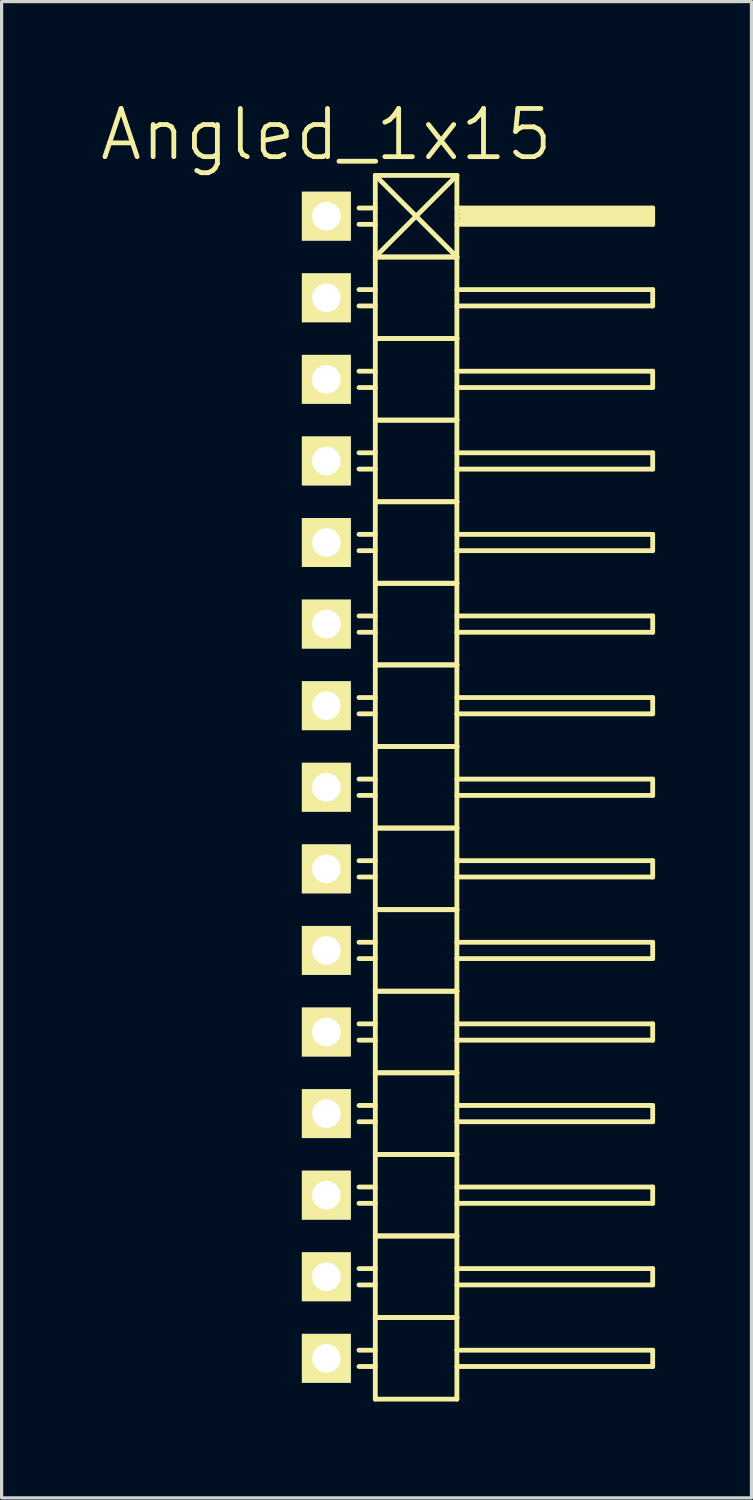
<source format=kicad_pcb>
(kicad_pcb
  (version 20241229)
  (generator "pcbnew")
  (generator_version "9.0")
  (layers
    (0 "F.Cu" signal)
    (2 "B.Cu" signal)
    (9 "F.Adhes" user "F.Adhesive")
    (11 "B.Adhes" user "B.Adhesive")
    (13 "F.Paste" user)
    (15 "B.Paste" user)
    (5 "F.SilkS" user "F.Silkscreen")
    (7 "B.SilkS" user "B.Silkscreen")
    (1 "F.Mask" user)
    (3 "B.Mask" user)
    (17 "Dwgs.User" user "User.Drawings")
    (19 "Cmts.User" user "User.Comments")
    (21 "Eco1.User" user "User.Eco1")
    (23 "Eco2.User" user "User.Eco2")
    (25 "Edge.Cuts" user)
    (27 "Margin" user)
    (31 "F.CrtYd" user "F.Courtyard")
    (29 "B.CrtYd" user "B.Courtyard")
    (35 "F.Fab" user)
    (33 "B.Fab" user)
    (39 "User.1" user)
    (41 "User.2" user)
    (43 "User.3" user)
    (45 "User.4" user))
  (footprint "Angled_1x15"
    (layer "F.Cu")
    (at 7.111 21.461)
    (property "Reference" "Angled_1x15" (at 0 -20.32 0) (layer "F.SilkS") (effects (font (size 1.5 1.5) (thickness 0.15))))
    (attr through_hole)
    (fp_line (start 1.524 -19.05) (end 1.524 -16.51) (stroke (width 0.15) (type solid)) (layer "F.SilkS"))
    (fp_line (start 1.524 -19.05) (end 4.064 -19.05) (stroke (width 0.15) (type solid)) (layer "F.SilkS"))
    (fp_line (start 1.524 -18.034) (end 1.016 -18.034) (stroke (width 0.15) (type solid)) (layer "F.SilkS"))
    (fp_line (start 1.524 -17.526) (end 1.016 -17.526) (stroke (width 0.15) (type solid)) (layer "F.SilkS"))
    (fp_line (start 1.524 -16.51) (end 1.524 -13.97) (stroke (width 0.15) (type solid)) (layer "F.SilkS"))
    (fp_line (start 1.524 -16.51) (end 4.064 -16.51) (stroke (width 0.15) (type solid)) (layer "F.SilkS"))
    (fp_line (start 1.524 -16.51) (end 4.064 -16.51) (stroke (width 0.15) (type solid)) (layer "F.SilkS"))
    (fp_line (start 1.524 -15.494) (end 1.016 -15.494) (stroke (width 0.15) (type solid)) (layer "F.SilkS"))
    (fp_line (start 1.524 -14.986) (end 1.016 -14.986) (stroke (width 0.15) (type solid)) (layer "F.SilkS"))
    (fp_line (start 1.524 -13.97) (end 1.524 -11.43) (stroke (width 0.15) (type solid)) (layer "F.SilkS"))
    (fp_line (start 1.524 -13.97) (end 4.064 -13.97) (stroke (width 0.15) (type solid)) (layer "F.SilkS"))
    (fp_line (start 1.524 -13.97) (end 4.064 -13.97) (stroke (width 0.15) (type solid)) (layer "F.SilkS"))
    (fp_line (start 1.524 -12.954) (end 1.016 -12.954) (stroke (width 0.15) (type solid)) (layer "F.SilkS"))
    (fp_line (start 1.524 -12.446) (end 1.016 -12.446) (stroke (width 0.15) (type solid)) (layer "F.SilkS"))
    (fp_line (start 1.524 -11.43) (end 1.524 -8.89) (stroke (width 0.15) (type solid)) (layer "F.SilkS"))
    (fp_line (start 1.524 -11.43) (end 4.064 -11.43) (stroke (width 0.15) (type solid)) (layer "F.SilkS"))
    (fp_line (start 1.524 -11.43) (end 4.064 -11.43) (stroke (width 0.15) (type solid)) (layer "F.SilkS"))
    (fp_line (start 1.524 -10.414) (end 1.016 -10.414) (stroke (width 0.15) (type solid)) (layer "F.SilkS"))
    (fp_line (start 1.524 -9.906) (end 1.016 -9.906) (stroke (width 0.15) (type solid)) (layer "F.SilkS"))
    (fp_line (start 1.524 -8.89) (end 1.524 -6.35) (stroke (width 0.15) (type solid)) (layer "F.SilkS"))
    (fp_line (start 1.524 -8.89) (end 4.064 -8.89) (stroke (width 0.15) (type solid)) (layer "F.SilkS"))
    (fp_line (start 1.524 -8.89) (end 4.064 -8.89) (stroke (width 0.15) (type solid)) (layer "F.SilkS"))
    (fp_line (start 1.524 -7.874) (end 1.016 -7.874) (stroke (width 0.15) (type solid)) (layer "F.SilkS"))
    (fp_line (start 1.524 -7.366) (end 1.016 -7.366) (stroke (width 0.15) (type solid)) (layer "F.SilkS"))
    (fp_line (start 1.524 -6.35) (end 1.524 -3.81) (stroke (width 0.15) (type solid)) (layer "F.SilkS"))
    (fp_line (start 1.524 -6.35) (end 4.064 -6.35) (stroke (width 0.15) (type solid)) (layer "F.SilkS"))
    (fp_line (start 1.524 -6.35) (end 4.064 -6.35) (stroke (width 0.15) (type solid)) (layer "F.SilkS"))
    (fp_line (start 1.524 -5.334) (end 1.016 -5.334) (stroke (width 0.15) (type solid)) (layer "F.SilkS"))
    (fp_line (start 1.524 -4.826) (end 1.016 -4.826) (stroke (width 0.15) (type solid)) (layer "F.SilkS"))
    (fp_line (start 1.524 -3.81) (end 1.524 -1.27) (stroke (width 0.15) (type solid)) (layer "F.SilkS"))
    (fp_line (start 1.524 -3.81) (end 4.064 -3.81) (stroke (width 0.15) (type solid)) (layer "F.SilkS"))
    (fp_line (start 1.524 -3.81) (end 4.064 -3.81) (stroke (width 0.15) (type solid)) (layer "F.SilkS"))
    (fp_line (start 1.524 -2.794) (end 1.016 -2.794) (stroke (width 0.15) (type solid)) (layer "F.SilkS"))
    (fp_line (start 1.524 -2.286) (end 1.016 -2.286) (stroke (width 0.15) (type solid)) (layer "F.SilkS"))
    (fp_line (start 1.524 -1.27) (end 1.524 1.27) (stroke (width 0.15) (type solid)) (layer "F.SilkS"))
    (fp_line (start 1.524 -1.27) (end 4.064 -1.27) (stroke (width 0.15) (type solid)) (layer "F.SilkS"))
    (fp_line (start 1.524 -1.27) (end 4.064 -1.27) (stroke (width 0.15) (type solid)) (layer "F.SilkS"))
    (fp_line (start 1.524 -0.254) (end 1.016 -0.254) (stroke (width 0.15) (type solid)) (layer "F.SilkS"))
    (fp_line (start 1.524 0.254) (end 1.016 0.254) (stroke (width 0.15) (type solid)) (layer "F.SilkS"))
    (fp_line (start 1.524 1.27) (end 1.524 3.81) (stroke (width 0.15) (type solid)) (layer "F.SilkS"))
    (fp_line (start 1.524 1.27) (end 4.064 1.27) (stroke (width 0.15) (type solid)) (layer "F.SilkS"))
    (fp_line (start 1.524 1.27) (end 4.064 1.27) (stroke (width 0.15) (type solid)) (layer "F.SilkS"))
    (fp_line (start 1.524 2.286) (end 1.016 2.286) (stroke (width 0.15) (type solid)) (layer "F.SilkS"))
    (fp_line (start 1.524 2.794) (end 1.016 2.794) (stroke (width 0.15) (type solid)) (layer "F.SilkS"))
    (fp_line (start 1.524 3.81) (end 1.524 6.35) (stroke (width 0.15) (type solid)) (layer "F.SilkS"))
    (fp_line (start 1.524 3.81) (end 4.064 3.81) (stroke (width 0.15) (type solid)) (layer "F.SilkS"))
    (fp_line (start 1.524 3.81) (end 4.064 3.81) (stroke (width 0.15) (type solid)) (layer "F.SilkS"))
    (fp_line (start 1.524 4.826) (end 1.016 4.826) (stroke (width 0.15) (type solid)) (layer "F.SilkS"))
    (fp_line (start 1.524 5.334) (end 1.016 5.334) (stroke (width 0.15) (type solid)) (layer "F.SilkS"))
    (fp_line (start 1.524 6.35) (end 1.524 8.89) (stroke (width 0.15) (type solid)) (layer "F.SilkS"))
    (fp_line (start 1.524 6.35) (end 4.064 6.35) (stroke (width 0.15) (type solid)) (layer "F.SilkS"))
    (fp_line (start 1.524 6.35) (end 4.064 6.35) (stroke (width 0.15) (type solid)) (layer "F.SilkS"))
    (fp_line (start 1.524 7.366) (end 1.016 7.366) (stroke (width 0.15) (type solid)) (layer "F.SilkS"))
    (fp_line (start 1.524 7.874) (end 1.016 7.874) (stroke (width 0.15) (type solid)) (layer "F.SilkS"))
    (fp_line (start 1.524 8.89) (end 1.524 11.43) (stroke (width 0.15) (type solid)) (layer "F.SilkS"))
    (fp_line (start 1.524 8.89) (end 4.064 8.89) (stroke (width 0.15) (type solid)) (layer "F.SilkS"))
    (fp_line (start 1.524 8.89) (end 4.064 8.89) (stroke (width 0.15) (type solid)) (layer "F.SilkS"))
    (fp_line (start 1.524 9.906) (end 1.016 9.906) (stroke (width 0.15) (type solid)) (layer "F.SilkS"))
    (fp_line (start 1.524 10.414) (end 1.016 10.414) (stroke (width 0.15) (type solid)) (layer "F.SilkS"))
    (fp_line (start 1.524 11.43) (end 1.524 13.97) (stroke (width 0.15) (type solid)) (layer "F.SilkS"))
    (fp_line (start 1.524 11.43) (end 4.064 11.43) (stroke (width 0.15) (type solid)) (layer "F.SilkS"))
    (fp_line (start 1.524 11.43) (end 4.064 11.43) (stroke (width 0.15) (type solid)) (layer "F.SilkS"))
    (fp_line (start 1.524 12.446) (end 1.016 12.446) (stroke (width 0.15) (type solid)) (layer "F.SilkS"))
    (fp_line (start 1.524 12.954) (end 1.016 12.954) (stroke (width 0.15) (type solid)) (layer "F.SilkS"))
    (fp_line (start 1.524 13.97) (end 1.524 16.51) (stroke (width 0.15) (type solid)) (layer "F.SilkS"))
    (fp_line (start 1.524 13.97) (end 4.064 13.97) (stroke (width 0.15) (type solid)) (layer "F.SilkS"))
    (fp_line (start 1.524 13.97) (end 4.064 13.97) (stroke (width 0.15) (type solid)) (layer "F.SilkS"))
    (fp_line (start 1.524 14.986) (end 1.016 14.986) (stroke (width 0.15) (type solid)) (layer "F.SilkS"))
    (fp_line (start 1.524 15.494) (end 1.016 15.494) (stroke (width 0.15) (type solid)) (layer "F.SilkS"))
    (fp_line (start 1.524 16.51) (end 1.524 19.05) (stroke (width 0.15) (type solid)) (layer "F.SilkS"))
    (fp_line (start 1.524 16.51) (end 4.064 16.51) (stroke (width 0.15) (type solid)) (layer "F.SilkS"))
    (fp_line (start 1.524 16.51) (end 4.064 16.51) (stroke (width 0.15) (type solid)) (layer "F.SilkS"))
    (fp_line (start 1.524 17.526) (end 1.016 17.526) (stroke (width 0.15) (type solid)) (layer "F.SilkS"))
    (fp_line (start 1.524 18.034) (end 1.016 18.034) (stroke (width 0.15) (type solid)) (layer "F.SilkS"))
    (fp_line (start 1.524 19.05) (end 4.064 19.05) (stroke (width 0.15) (type solid)) (layer "F.SilkS"))
    (fp_line (start 4.064 -19.05) (end 1.524 -16.51) (stroke (width 0.15) (type solid)) (layer "F.SilkS"))
    (fp_line (start 4.064 -18.034) (end 10.16 -18.034) (stroke (width 0.15) (type solid)) (layer "F.SilkS"))
    (fp_line (start 4.064 -16.51) (end 1.524 -19.05) (stroke (width 0.15) (type solid)) (layer "F.SilkS"))
    (fp_line (start 4.064 -16.51) (end 4.064 -19.05) (stroke (width 0.15) (type solid)) (layer "F.SilkS"))
    (fp_line (start 4.064 -15.494) (end 10.16 -15.494) (stroke (width 0.15) (type solid)) (layer "F.SilkS"))
    (fp_line (start 4.064 -13.97) (end 4.064 -16.51) (stroke (width 0.15) (type solid)) (layer "F.SilkS"))
    (fp_line (start 4.064 -12.954) (end 10.16 -12.954) (stroke (width 0.15) (type solid)) (layer "F.SilkS"))
    (fp_line (start 4.064 -11.43) (end 4.064 -13.97) (stroke (width 0.15) (type solid)) (layer "F.SilkS"))
    (fp_line (start 4.064 -10.414) (end 10.16 -10.414) (stroke (width 0.15) (type solid)) (layer "F.SilkS"))
    (fp_line (start 4.064 -8.89) (end 4.064 -11.43) (stroke (width 0.15) (type solid)) (layer "F.SilkS"))
    (fp_line (start 4.064 -7.874) (end 10.16 -7.874) (stroke (width 0.15) (type solid)) (layer "F.SilkS"))
    (fp_line (start 4.064 -6.35) (end 4.064 -8.89) (stroke (width 0.15) (type solid)) (layer "F.SilkS"))
    (fp_line (start 4.064 -5.334) (end 10.16 -5.334) (stroke (width 0.15) (type solid)) (layer "F.SilkS"))
    (fp_line (start 4.064 -3.81) (end 4.064 -6.35) (stroke (width 0.15) (type solid)) (layer "F.SilkS"))
    (fp_line (start 4.064 -2.794) (end 10.16 -2.794) (stroke (width 0.15) (type solid)) (layer "F.SilkS"))
    (fp_line (start 4.064 -1.27) (end 4.064 -3.81) (stroke (width 0.15) (type solid)) (layer "F.SilkS"))
    (fp_line (start 4.064 -0.254) (end 10.16 -0.254) (stroke (width 0.15) (type solid)) (layer "F.SilkS"))
    (fp_line (start 4.064 1.27) (end 4.064 -1.27) (stroke (width 0.15) (type solid)) (layer "F.SilkS"))
    (fp_line (start 4.064 2.286) (end 10.16 2.286) (stroke (width 0.15) (type solid)) (layer "F.SilkS"))
    (fp_line (start 4.064 3.81) (end 4.064 1.27) (stroke (width 0.15) (type solid)) (layer "F.SilkS"))
    (fp_line (start 4.064 4.826) (end 10.16 4.826) (stroke (width 0.15) (type solid)) (layer "F.SilkS"))
    (fp_line (start 4.064 6.35) (end 4.064 3.81) (stroke (width 0.15) (type solid)) (layer "F.SilkS"))
    (fp_line (start 4.064 7.366) (end 10.16 7.366) (stroke (width 0.15) (type solid)) (layer "F.SilkS"))
    (fp_line (start 4.064 8.89) (end 4.064 6.35) (stroke (width 0.15) (type solid)) (layer "F.SilkS"))
    (fp_line (start 4.064 9.906) (end 10.16 9.906) (stroke (width 0.15) (type solid)) (layer "F.SilkS"))
    (fp_line (start 4.064 11.43) (end 4.064 8.89) (stroke (width 0.15) (type solid)) (layer "F.SilkS"))
    (fp_line (start 4.064 12.446) (end 10.16 12.446) (stroke (width 0.15) (type solid)) (layer "F.SilkS"))
    (fp_line (start 4.064 13.97) (end 4.064 11.43) (stroke (width 0.15) (type solid)) (layer "F.SilkS"))
    (fp_line (start 4.064 14.986) (end 10.16 14.986) (stroke (width 0.15) (type solid)) (layer "F.SilkS"))
    (fp_line (start 4.064 16.51) (end 4.064 13.97) (stroke (width 0.15) (type solid)) (layer "F.SilkS"))
    (fp_line (start 4.064 17.526) (end 10.16 17.526) (stroke (width 0.15) (type solid)) (layer "F.SilkS"))
    (fp_line (start 4.064 19.05) (end 4.064 16.51) (stroke (width 0.15) (type solid)) (layer "F.SilkS"))
    (fp_line (start 4.191 -17.907) (end 10.033 -17.907) (stroke (width 0.15) (type solid)) (layer "F.SilkS"))
    (fp_line (start 4.191 -17.78) (end 10.033 -17.78) (stroke (width 0.15) (type solid)) (layer "F.SilkS"))
    (fp_line (start 10.033 -17.907) (end 10.033 -17.653) (stroke (width 0.15) (type solid)) (layer "F.SilkS"))
    (fp_line (start 10.033 -17.653) (end 4.191 -17.653) (stroke (width 0.15) (type solid)) (layer "F.SilkS"))
    (fp_line (start 10.16 -18.034) (end 10.16 -17.526) (stroke (width 0.15) (type solid)) (layer "F.SilkS"))
    (fp_line (start 10.16 -17.526) (end 4.064 -17.526) (stroke (width 0.15) (type solid)) (layer "F.SilkS"))
    (fp_line (start 10.16 -15.494) (end 10.16 -14.986) (stroke (width 0.15) (type solid)) (layer "F.SilkS"))
    (fp_line (start 10.16 -14.986) (end 4.064 -14.986) (stroke (width 0.15) (type solid)) (layer "F.SilkS"))
    (fp_line (start 10.16 -12.954) (end 10.16 -12.446) (stroke (width 0.15) (type solid)) (layer "F.SilkS"))
    (fp_line (start 10.16 -12.446) (end 4.064 -12.446) (stroke (width 0.15) (type solid)) (layer "F.SilkS"))
    (fp_line (start 10.16 -10.414) (end 10.16 -9.906) (stroke (width 0.15) (type solid)) (layer "F.SilkS"))
    (fp_line (start 10.16 -9.906) (end 4.064 -9.906) (stroke (width 0.15) (type solid)) (layer "F.SilkS"))
    (fp_line (start 10.16 -7.874) (end 10.16 -7.366) (stroke (width 0.15) (type solid)) (layer "F.SilkS"))
    (fp_line (start 10.16 -7.366) (end 4.064 -7.366) (stroke (width 0.15) (type solid)) (layer "F.SilkS"))
    (fp_line (start 10.16 -5.334) (end 10.16 -4.826) (stroke (width 0.15) (type solid)) (layer "F.SilkS"))
    (fp_line (start 10.16 -4.826) (end 4.064 -4.826) (stroke (width 0.15) (type solid)) (layer "F.SilkS"))
    (fp_line (start 10.16 -2.794) (end 10.16 -2.286) (stroke (width 0.15) (type solid)) (layer "F.SilkS"))
    (fp_line (start 10.16 -2.286) (end 4.064 -2.286) (stroke (width 0.15) (type solid)) (layer "F.SilkS"))
    (fp_line (start 10.16 -0.254) (end 10.16 0.254) (stroke (width 0.15) (type solid)) (layer "F.SilkS"))
    (fp_line (start 10.16 0.254) (end 4.064 0.254) (stroke (width 0.15) (type solid)) (layer "F.SilkS"))
    (fp_line (start 10.16 2.286) (end 10.16 2.794) (stroke (width 0.15) (type solid)) (layer "F.SilkS"))
    (fp_line (start 10.16 2.794) (end 4.064 2.794) (stroke (width 0.15) (type solid)) (layer "F.SilkS"))
    (fp_line (start 10.16 4.826) (end 10.16 5.334) (stroke (width 0.15) (type solid)) (layer "F.SilkS"))
    (fp_line (start 10.16 5.334) (end 4.064 5.334) (stroke (width 0.15) (type solid)) (layer "F.SilkS"))
    (fp_line (start 10.16 7.366) (end 10.16 7.874) (stroke (width 0.15) (type solid)) (layer "F.SilkS"))
    (fp_line (start 10.16 7.874) (end 4.064 7.874) (stroke (width 0.15) (type solid)) (layer "F.SilkS"))
    (fp_line (start 10.16 9.906) (end 10.16 10.414) (stroke (width 0.15) (type solid)) (layer "F.SilkS"))
    (fp_line (start 10.16 10.414) (end 4.064 10.414) (stroke (width 0.15) (type solid)) (layer "F.SilkS"))
    (fp_line (start 10.16 12.446) (end 10.16 12.954) (stroke (width 0.15) (type solid)) (layer "F.SilkS"))
    (fp_line (start 10.16 12.954) (end 4.064 12.954) (stroke (width 0.15) (type solid)) (layer "F.SilkS"))
    (fp_line (start 10.16 14.986) (end 10.16 15.494) (stroke (width 0.15) (type solid)) (layer "F.SilkS"))
    (fp_line (start 10.16 15.494) (end 4.064 15.494) (stroke (width 0.15) (type solid)) (layer "F.SilkS"))
    (fp_line (start 10.16 17.526) (end 10.16 18.034) (stroke (width 0.15) (type solid)) (layer "F.SilkS"))
    (fp_line (start 10.16 18.034) (end 4.064 18.034) (stroke (width 0.15) (type solid)) (layer "F.SilkS"))
    (pad "1" thru_hole rect (at 0 -17.78) (size 1.524 1.524) (drill 0.889) (layers "*.Cu" "*.Mask" "F.SilkS"))
    (pad "2" thru_hole rect (at 0 -15.24) (size 1.524 1.524) (drill 0.889) (layers "*.Cu" "*.Mask" "F.SilkS"))
    (pad "3" thru_hole rect (at 0 -12.7) (size 1.524 1.524) (drill 0.889) (layers "*.Cu" "*.Mask" "F.SilkS"))
    (pad "4" thru_hole rect (at 0 -10.16) (size 1.524 1.524) (drill 0.889) (layers "*.Cu" "*.Mask" "F.SilkS"))
    (pad "5" thru_hole rect (at 0 -7.62) (size 1.524 1.524) (drill 0.889) (layers "*.Cu" "*.Mask" "F.SilkS"))
    (pad "6" thru_hole rect (at 0 -5.08) (size 1.524 1.524) (drill 0.889) (layers "*.Cu" "*.Mask" "F.SilkS"))
    (pad "7" thru_hole rect (at 0 -2.54) (size 1.524 1.524) (drill 0.889) (layers "*.Cu" "*.Mask" "F.SilkS"))
    (pad "8" thru_hole rect (at 0 0) (size 1.524 1.524) (drill 0.889) (layers "*.Cu" "*.Mask" "F.SilkS"))
    (pad "9" thru_hole rect (at 0 2.54) (size 1.524 1.524) (drill 0.889) (layers "*.Cu" "*.Mask" "F.SilkS"))
    (pad "10" thru_hole rect (at 0 5.08) (size 1.524 1.524) (drill 0.889) (layers "*.Cu" "*.Mask" "F.SilkS"))
    (pad "11" thru_hole rect (at 0 7.62) (size 1.524 1.524) (drill 0.889) (layers "*.Cu" "*.Mask" "F.SilkS"))
    (pad "12" thru_hole rect (at 0 10.16) (size 1.524 1.524) (drill 0.889) (layers "*.Cu" "*.Mask" "F.SilkS"))
    (pad "13" thru_hole rect (at 0 12.7) (size 1.524 1.524) (drill 0.889) (layers "*.Cu" "*.Mask" "F.SilkS"))
    (pad "14" thru_hole rect (at 0 15.24) (size 1.524 1.524) (drill 0.889) (layers "*.Cu" "*.Mask" "F.SilkS"))
    (pad "15" thru_hole rect (at 0 17.78) (size 1.524 1.524) (drill 0.889) (layers "*.Cu" "*.Mask" "F.SilkS")))
  (gr_rect
    (start -3 -3)
    (end 20.346 43.586)
    (stroke (width 0.1) (type default))
    (fill no)
    (layer "Edge.Cuts")))
</source>
